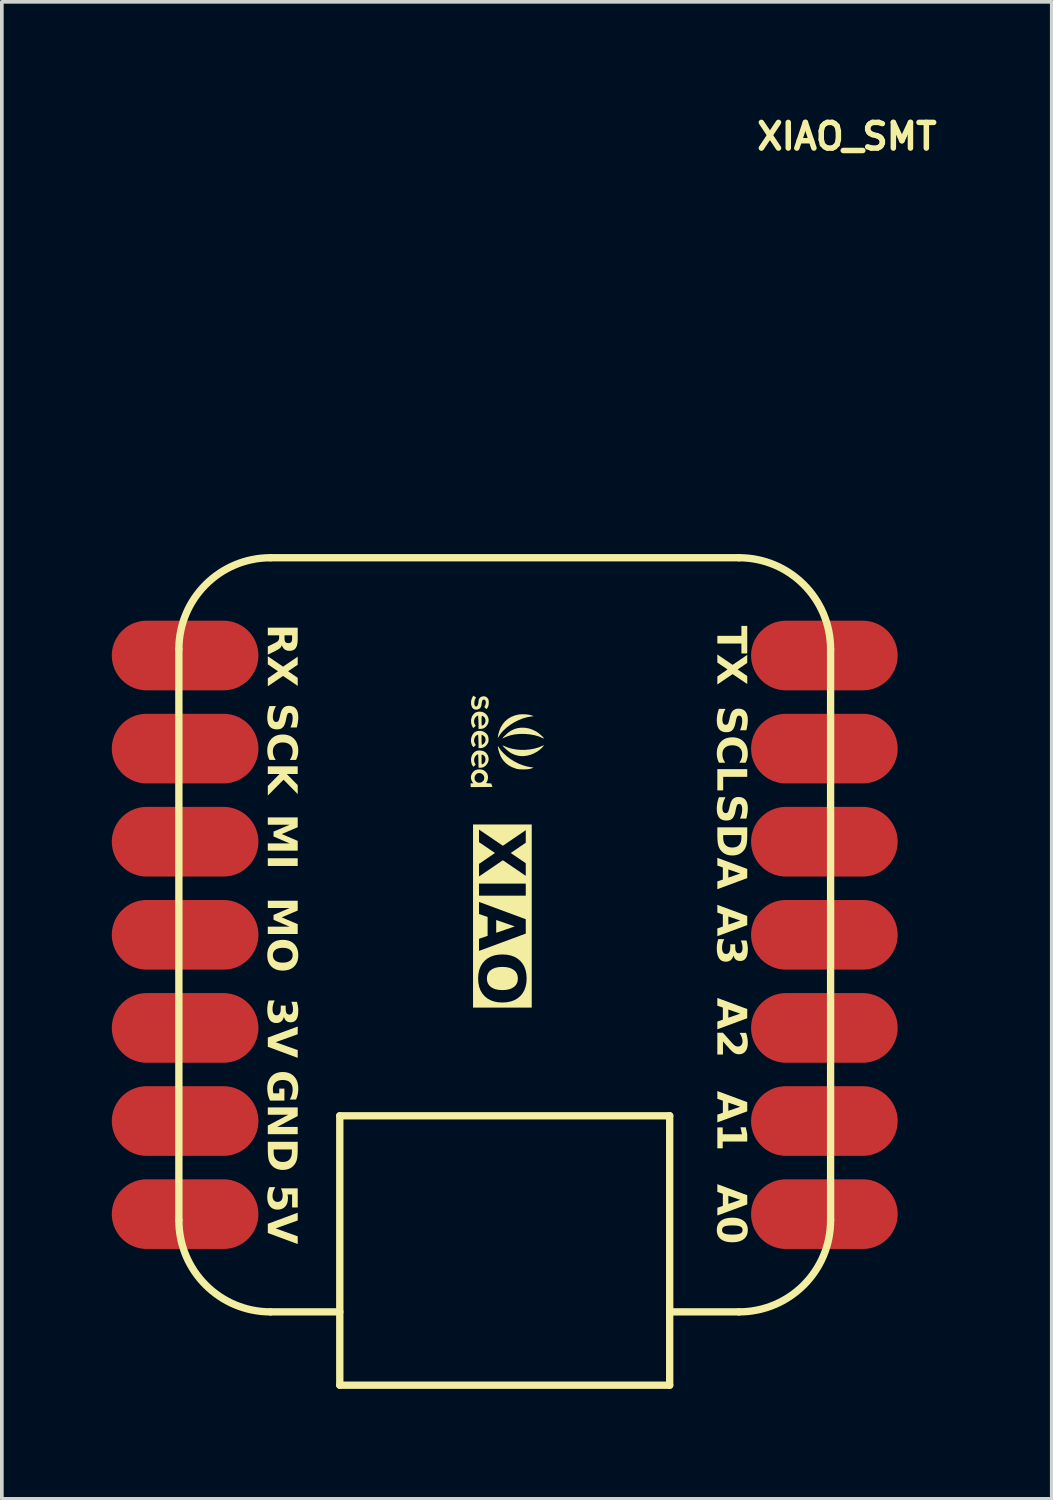
<source format=kicad_pcb>
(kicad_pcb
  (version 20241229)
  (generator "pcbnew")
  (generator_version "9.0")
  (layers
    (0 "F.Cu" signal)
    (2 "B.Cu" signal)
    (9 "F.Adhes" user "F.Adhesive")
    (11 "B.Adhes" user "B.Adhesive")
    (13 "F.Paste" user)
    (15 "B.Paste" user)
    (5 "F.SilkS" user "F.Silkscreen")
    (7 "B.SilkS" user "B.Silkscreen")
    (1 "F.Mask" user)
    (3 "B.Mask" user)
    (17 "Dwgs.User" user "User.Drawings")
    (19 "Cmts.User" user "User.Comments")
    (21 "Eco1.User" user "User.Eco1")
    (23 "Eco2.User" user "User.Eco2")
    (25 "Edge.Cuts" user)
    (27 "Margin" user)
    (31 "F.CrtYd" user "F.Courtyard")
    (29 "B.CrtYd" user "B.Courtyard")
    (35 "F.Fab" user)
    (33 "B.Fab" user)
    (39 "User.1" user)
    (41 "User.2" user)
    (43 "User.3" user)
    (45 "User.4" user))
  (footprint "XIAO_SMT"
    (layer "F.Cu")
    (at 10.72 22.453)
    (property "Reference" "XIAO_SMT" (at 9.335 -21.78 0) (layer "F.SilkS") (effects (font (size 0.7 0.7) (thickness 0.15))))
    (attr through_hole)
    (fp_line (start -8.89 7.787) (end -8.89 -7.787) (stroke (width 0.2) (type solid)) (layer "F.SilkS"))
    (fp_line (start -6.39 -10.287) (end 6.39 -10.287) (stroke (width 0.2) (type solid)) (layer "F.SilkS"))
    (fp_line (start -4.5 4.937) (end 4.5 4.937) (stroke (width 0.2) (type solid)) (layer "F.SilkS"))
    (fp_line (start -4.5 10.287) (end -6.39 10.287) (stroke (width 0.2) (type solid)) (layer "F.SilkS"))
    (fp_line (start -4.5 12.287) (end -4.5 4.937) (stroke (width 0.2) (type solid)) (layer "F.SilkS"))
    (fp_line (start 4.5 4.937) (end 4.5 12.287) (stroke (width 0.2) (type solid)) (layer "F.SilkS"))
    (fp_line (start 4.5 12.287) (end -4.5 12.287) (stroke (width 0.2) (type solid)) (layer "F.SilkS"))
    (fp_line (start 6.39 10.287) (end 4.5 10.287) (stroke (width 0.2) (type solid)) (layer "F.SilkS"))
    (fp_line (start 8.89 -7.787) (end 8.89 7.787) (stroke (width 0.2) (type solid)) (layer "F.SilkS"))
    (fp_arc (start -8.89 -7.787) (mid -8.157767 -9.554767) (end -6.39 -10.287) (stroke (width 0.2) (type solid)) (layer "F.SilkS"))
    (fp_arc (start -6.39 10.287) (mid -8.157767 9.554767) (end -8.89 7.787) (stroke (width 0.2) (type solid)) (layer "F.SilkS"))
    (fp_arc (start 6.39 -10.287) (mid 8.157767 -9.554767) (end 8.89 -7.787) (stroke (width 0.2) (type solid)) (layer "F.SilkS"))
    (fp_arc (start 8.89 7.787) (mid 8.157767 9.554767) (end 6.39 10.287) (stroke (width 0.2) (type solid)) (layer "F.SilkS"))
    (fp_poly (pts (xy 0.727 -5.957) (xy 0.613 -5.937) (xy 0.496 -5.904) (xy 0.379 -5.857) (xy 0.265 -5.8) (xy 0.156 -5.733) (xy 0.055 -5.658) (xy -0.033 -5.576) (xy -0.046 -5.563) (xy -0.082 -5.523) (xy -0.113 -5.484) (xy -0.144 -5.44) (xy -0.179 -5.386) (xy -0.187 -5.376) (xy -0.189 -5.379) (xy -0.189 -5.387) (xy -0.187 -5.404) (xy -0.183 -5.431) (xy -0.178 -5.458) (xy -0.148 -5.567) (xy -0.106 -5.666) (xy -0.052 -5.753) (xy 0.014 -5.83) (xy 0.091 -5.894) (xy 0.178 -5.946) (xy 0.275 -5.984) (xy 0.372 -6.008) (xy 0.433 -6.015) (xy 0.501 -6.017) (xy 0.571 -6.015) (xy 0.638 -6.008) (xy 0.699 -5.996) (xy 0.748 -5.981) (xy 0.756 -5.978) (xy 0.789 -5.963)) (stroke (width 0) (type solid)) (fill yes) (layer "F.SilkS"))
    (fp_poly (pts (xy 1.064 -5.163) (xy 1.053 -5.146) (xy 1.034 -5.124) (xy 1.012 -5.1) (xy 0.989 -5.076) (xy 0.976 -5.065) (xy 0.892 -5.002) (xy 0.8 -4.951) (xy 0.705 -4.912) (xy 0.607 -4.887) (xy 0.51 -4.875) (xy 0.415 -4.878) (xy 0.339 -4.892) (xy 0.264 -4.915) (xy 0.198 -4.944) (xy 0.135 -4.982) (xy 0.072 -5.031) (xy 0.02 -5.078) (xy -0.018 -5.115) (xy -0.043 -5.142) (xy -0.056 -5.158) (xy -0.058 -5.166) (xy -0.049 -5.165) (xy -0.028 -5.157) (xy -0.018 -5.151) (xy 0.085 -5.108) (xy 0.197 -5.076) (xy 0.317 -5.055) (xy 0.441 -5.045) (xy 0.566 -5.046) (xy 0.691 -5.058) (xy 0.812 -5.08) (xy 0.926 -5.114) (xy 1.014 -5.15) (xy 1.04 -5.162) (xy 1.059 -5.17) (xy 1.066 -5.172)) (stroke (width 0) (type solid)) (fill yes) (layer "F.SilkS"))
    (fp_poly (pts (xy 0.756 -4.55) (xy 0.718 -4.535) (xy 0.679 -4.525) (xy 0.637 -4.518) (xy 0.588 -4.514) (xy 0.526 -4.513) (xy 0.502 -4.513) (xy 0.45 -4.514) (xy 0.41 -4.515) (xy 0.379 -4.518) (xy 0.351 -4.522) (xy 0.324 -4.529) (xy 0.299 -4.536) (xy 0.2 -4.573) (xy 0.114 -4.618) (xy 0.039 -4.674) (xy -0.027 -4.742) (xy -0.074 -4.805) (xy -0.11 -4.871) (xy -0.142 -4.948) (xy -0.168 -5.03) (xy -0.177 -5.069) (xy -0.185 -5.11) (xy -0.189 -5.136) (xy -0.188 -5.147) (xy -0.182 -5.144) (xy -0.17 -5.128) (xy -0.16 -5.112) (xy -0.1 -5.026) (xy -0.024 -4.943) (xy 0.063 -4.864) (xy 0.16 -4.792) (xy 0.265 -4.728) (xy 0.375 -4.672) (xy 0.489 -4.627) (xy 0.604 -4.593) (xy 0.717 -4.572) (xy 0.735 -4.57) (xy 0.789 -4.564)) (stroke (width 0) (type solid)) (fill yes) (layer "F.SilkS"))
    (fp_poly (pts (xy 1.062 -5.357) (xy 1.044 -5.363) (xy 1.029 -5.37) (xy 0.927 -5.413) (xy 0.812 -5.446) (xy 0.685 -5.468) (xy 0.547 -5.48) (xy 0.523 -5.481) (xy 0.391 -5.479) (xy 0.271 -5.467) (xy 0.16 -5.444) (xy 0.056 -5.409) (xy -0.000345 -5.385) (xy -0.029 -5.371) (xy -0.052 -5.362) (xy -0.064 -5.359) (xy -0.065 -5.359) (xy -0.059 -5.367) (xy -0.044 -5.384) (xy -0.022 -5.408) (xy 0.004 -5.434) (xy 0.086 -5.509) (xy 0.17 -5.568) (xy 0.257 -5.61) (xy 0.348 -5.638) (xy 0.444 -5.65) (xy 0.481 -5.651) (xy 0.576 -5.646) (xy 0.665 -5.628) (xy 0.754 -5.598) (xy 0.844 -5.554) (xy 0.864 -5.543) (xy 0.892 -5.525) (xy 0.924 -5.5) (xy 0.959 -5.473) (xy 0.992 -5.443) (xy 1.023 -5.415) (xy 1.047 -5.39) (xy 1.064 -5.37) (xy 1.069 -5.359)) (stroke (width 0) (type solid)) (fill yes) (layer "F.SilkS"))
    (fp_poly (pts (xy -0.44 -6.273) (xy -0.454 -6.224) (xy -0.478 -6.18) (xy -0.486 -6.171) (xy -0.494 -6.162) (xy -0.502 -6.161) (xy -0.514 -6.17) (xy -0.528 -6.184) (xy -0.557 -6.212) (xy -0.536 -6.253) (xy -0.52 -6.299) (xy -0.516 -6.345) (xy -0.525 -6.385) (xy -0.528 -6.392) (xy -0.541 -6.41) (xy -0.558 -6.416) (xy -0.569 -6.417) (xy -0.59 -6.414) (xy -0.605 -6.403) (xy -0.616 -6.382) (xy -0.624 -6.349) (xy -0.63 -6.307) (xy -0.638 -6.255) (xy -0.65 -6.217) (xy -0.667 -6.19) (xy -0.692 -6.169) (xy -0.707 -6.16) (xy -0.747 -6.146) (xy -0.789 -6.143) (xy -0.829 -6.151) (xy -0.855 -6.164) (xy -0.885 -6.196) (xy -0.906 -6.239) (xy -0.918 -6.291) (xy -0.92 -6.348) (xy -0.913 -6.4) (xy -0.902 -6.435) (xy -0.887 -6.472) (xy -0.879 -6.486) (xy -0.856 -6.525) (xy -0.82 -6.5) (xy -0.783 -6.475) (xy -0.804 -6.437) (xy -0.821 -6.395) (xy -0.829 -6.346) (xy -0.83 -6.343) (xy -0.83 -6.296) (xy -0.822 -6.262) (xy -0.807 -6.24) (xy -0.794 -6.232) (xy -0.778 -6.227) (xy -0.764 -6.232) (xy -0.753 -6.241) (xy -0.737 -6.265) (xy -0.724 -6.301) (xy -0.717 -6.345) (xy -0.715 -6.376) (xy -0.708 -6.42) (xy -0.686 -6.458) (xy -0.654 -6.487) (xy -0.612 -6.504) (xy -0.576 -6.508) (xy -0.528 -6.501) (xy -0.49 -6.48) (xy -0.46 -6.445) (xy -0.457 -6.441) (xy -0.446 -6.419) (xy -0.44 -6.398) (xy -0.437 -6.371) (xy -0.436 -6.333) (xy -0.436 -6.333)) (stroke (width 0) (type solid)) (fill yes) (layer "F.SilkS"))
    (fp_poly (pts (xy -0.343 -4.036) (xy -0.366 -4.035) (xy -0.402 -4.035) (xy -0.449 -4.034) (xy -0.505 -4.033) (xy -0.569 -4.033) (xy -0.632 -4.032) (xy -0.928 -4.03) (xy -0.93 -4.082) (xy -0.933 -4.133) (xy -0.894 -4.133) (xy -0.855 -4.133) (xy -0.877 -4.159) (xy -0.895 -4.188) (xy -0.91 -4.226) (xy -0.921 -4.266) (xy -0.924 -4.296) (xy -0.916 -4.35) (xy -0.894 -4.402) (xy -0.86 -4.448) (xy -0.817 -4.483) (xy -0.801 -4.492) (xy -0.757 -4.506) (xy -0.709 -4.512) (xy -0.709 -4.414) (xy -0.747 -4.404) (xy -0.765 -4.393) (xy -0.797 -4.361) (xy -0.817 -4.321) (xy -0.825 -4.278) (xy -0.819 -4.235) (xy -0.807 -4.211) (xy -0.778 -4.177) (xy -0.744 -4.156) (xy -0.706 -4.148) (xy -0.667 -4.151) (xy -0.63 -4.164) (xy -0.599 -4.186) (xy -0.574 -4.217) (xy -0.56 -4.256) (xy -0.559 -4.3) (xy -0.559 -4.301) (xy -0.572 -4.341) (xy -0.597 -4.373) (xy -0.63 -4.398) (xy -0.668 -4.412) (xy -0.709 -4.414) (xy -0.709 -4.512) (xy -0.705 -4.513) (xy -0.652 -4.511) (xy -0.603 -4.501) (xy -0.58 -4.492) (xy -0.541 -4.468) (xy -0.507 -4.434) (xy -0.479 -4.397) (xy -0.467 -4.368) (xy -0.457 -4.314) (xy -0.459 -4.258) (xy -0.472 -4.206) (xy -0.477 -4.195) (xy -0.49 -4.17) (xy -0.502 -4.151) (xy -0.508 -4.145) (xy -0.506 -4.141) (xy -0.489 -4.137) (xy -0.458 -4.134) (xy -0.446 -4.133) (xy -0.372 -4.129) (xy -0.352 -4.083) (xy -0.342 -4.059) (xy -0.336 -4.042) (xy -0.335 -4.036)) (stroke (width 0) (type solid)) (fill yes) (layer "F.SilkS"))
    (fp_poly (pts (xy -0.449 -5.256) (xy -0.455 -5.24) (xy -0.486 -5.186) (xy -0.528 -5.143) (xy -0.578 -5.112) (xy -0.633 -5.095) (xy -0.667 -5.092) (xy -0.715 -5.092) (xy -0.715 -5.194) (xy -0.716 -5.242) (xy -0.717 -5.291) (xy -0.719 -5.339) (xy -0.721 -5.383) (xy -0.724 -5.419) (xy -0.726 -5.445) (xy -0.729 -5.457) (xy -0.729 -5.458) (xy -0.739 -5.458) (xy -0.756 -5.449) (xy -0.777 -5.435) (xy -0.795 -5.419) (xy -0.806 -5.405) (xy -0.83 -5.352) (xy -0.838 -5.301) (xy -0.83 -5.252) (xy -0.81 -5.212) (xy -0.789 -5.181) (xy -0.82 -5.149) (xy -0.84 -5.13) (xy -0.853 -5.123) (xy -0.862 -5.126) (xy -0.863 -5.127) (xy -0.879 -5.147) (xy -0.895 -5.179) (xy -0.909 -5.218) (xy -0.914 -5.24) (xy -0.921 -5.277) (xy -0.922 -5.308) (xy -0.919 -5.341) (xy -0.912 -5.375) (xy -0.896 -5.425) (xy -0.872 -5.471) (xy -0.843 -5.508) (xy -0.829 -5.52) (xy -0.779 -5.549) (xy -0.723 -5.564) (xy -0.665 -5.565) (xy -0.632 -5.559) (xy -0.632 -5.458) (xy -0.632 -5.321) (xy -0.631 -5.264) (xy -0.63 -5.223) (xy -0.628 -5.197) (xy -0.624 -5.185) (xy -0.622 -5.183) (xy -0.602 -5.19) (xy -0.578 -5.207) (xy -0.555 -5.23) (xy -0.541 -5.253) (xy -0.525 -5.301) (xy -0.524 -5.347) (xy -0.538 -5.388) (xy -0.565 -5.422) (xy -0.605 -5.447) (xy -0.611 -5.45) (xy -0.632 -5.458) (xy -0.632 -5.559) (xy -0.608 -5.554) (xy -0.555 -5.532) (xy -0.509 -5.498) (xy -0.472 -5.454) (xy -0.463 -5.438) (xy -0.449 -5.398) (xy -0.442 -5.35) (xy -0.442 -5.3)) (stroke (width 0) (type solid)) (fill yes) (layer "F.SilkS"))
    (fp_poly (pts (xy -0.448 -4.73) (xy -0.472 -4.676) (xy -0.509 -4.627) (xy -0.519 -4.618) (xy -0.557 -4.587) (xy -0.594 -4.568) (xy -0.635 -4.56) (xy -0.665 -4.558) (xy -0.715 -4.558) (xy -0.717 -4.681) (xy -0.717 -4.726) (xy -0.718 -4.765) (xy -0.719 -4.795) (xy -0.72 -4.813) (xy -0.72 -4.817) (xy -0.721 -4.831) (xy -0.722 -4.857) (xy -0.723 -4.878) (xy -0.724 -4.905) (xy -0.726 -4.918) (xy -0.732 -4.922) (xy -0.742 -4.92) (xy -0.772 -4.904) (xy -0.8 -4.875) (xy -0.821 -4.838) (xy -0.829 -4.817) (xy -0.837 -4.766) (xy -0.83 -4.716) (xy -0.81 -4.671) (xy -0.807 -4.667) (xy -0.791 -4.644) (xy -0.824 -4.612) (xy -0.842 -4.595) (xy -0.854 -4.588) (xy -0.864 -4.59) (xy -0.874 -4.605) (xy -0.888 -4.632) (xy -0.895 -4.646) (xy -0.91 -4.69) (xy -0.918 -4.742) (xy -0.92 -4.794) (xy -0.915 -4.83) (xy -0.896 -4.894) (xy -0.866 -4.946) (xy -0.825 -4.986) (xy -0.796 -5.005) (xy -0.771 -5.018) (xy -0.749 -5.025) (xy -0.722 -5.028) (xy -0.686 -5.029) (xy -0.686 -5.029) (xy -0.632 -5.024) (xy -0.632 -4.918) (xy -0.632 -4.784) (xy -0.632 -4.734) (xy -0.631 -4.697) (xy -0.63 -4.673) (xy -0.627 -4.659) (xy -0.624 -4.652) (xy -0.619 -4.65) (xy -0.619 -4.65) (xy -0.597 -4.657) (xy -0.573 -4.675) (xy -0.551 -4.7) (xy -0.539 -4.72) (xy -0.526 -4.764) (xy -0.526 -4.808) (xy -0.537 -4.849) (xy -0.558 -4.882) (xy -0.589 -4.905) (xy -0.609 -4.913) (xy -0.632 -4.918) (xy -0.632 -5.024) (xy -0.622 -5.023) (xy -0.568 -5.006) (xy -0.522 -4.976) (xy -0.499 -4.952) (xy -0.464 -4.902) (xy -0.445 -4.846) (xy -0.439 -4.788)) (stroke (width 0) (type solid)) (fill yes) (layer "F.SilkS"))
    (fp_poly (pts (xy -0.453 -5.771) (xy -0.479 -5.719) (xy -0.512 -5.679) (xy -0.556 -5.644) (xy -0.603 -5.624) (xy -0.658 -5.617) (xy -0.663 -5.617) (xy -0.715 -5.617) (xy -0.715 -5.719) (xy -0.716 -5.762) (xy -0.717 -5.808) (xy -0.719 -5.855) (xy -0.721 -5.898) (xy -0.723 -5.936) (xy -0.725 -5.964) (xy -0.727 -5.98) (xy -0.728 -5.982) (xy -0.736 -5.98) (xy -0.753 -5.973) (xy -0.755 -5.972) (xy -0.79 -5.945) (xy -0.817 -5.907) (xy -0.834 -5.862) (xy -0.838 -5.815) (xy -0.832 -5.781) (xy -0.822 -5.753) (xy -0.809 -5.729) (xy -0.806 -5.724) (xy -0.791 -5.703) (xy -0.824 -5.67) (xy -0.842 -5.654) (xy -0.854 -5.646) (xy -0.864 -5.649) (xy -0.874 -5.663) (xy -0.888 -5.691) (xy -0.895 -5.704) (xy -0.91 -5.749) (xy -0.918 -5.801) (xy -0.92 -5.854) (xy -0.915 -5.889) (xy -0.894 -5.955) (xy -0.861 -6.008) (xy -0.816 -6.051) (xy -0.787 -6.069) (xy -0.745 -6.083) (xy -0.694 -6.089) (xy -0.641 -6.085) (xy -0.614 -6.078) (xy -0.614 -5.973) (xy -0.622 -5.971) (xy -0.627 -5.96) (xy -0.63 -5.939) (xy -0.632 -5.905) (xy -0.632 -5.856) (xy -0.632 -5.842) (xy -0.632 -5.792) (xy -0.631 -5.756) (xy -0.63 -5.732) (xy -0.628 -5.718) (xy -0.624 -5.711) (xy -0.619 -5.708) (xy -0.616 -5.708) (xy -0.594 -5.715) (xy -0.57 -5.735) (xy -0.548 -5.762) (xy -0.539 -5.778) (xy -0.525 -5.826) (xy -0.526 -5.871) (xy -0.54 -5.912) (xy -0.567 -5.946) (xy -0.584 -5.958) (xy -0.601 -5.968) (xy -0.614 -5.973) (xy -0.614 -6.078) (xy -0.59 -6.072) (xy -0.572 -6.064) (xy -0.521 -6.031) (xy -0.482 -5.988) (xy -0.455 -5.938) (xy -0.441 -5.883) (xy -0.44 -5.827)) (stroke (width 0) (type solid)) (fill yes) (layer "F.SilkS"))
    (fp_text user "MI" (at -6.6 -2.54 270) (unlocked yes) (layer "F.SilkS") (effects (font (face "Space Grotesk") (size 0.8 0.8) (thickness 0.16) (bold yes)) (justify bottom)))
    (fp_text user "SDA" (at 6.6 -2.54 270) (unlocked yes) (layer "F.SilkS") (effects (font (face "Space Grotesk") (size 0.8 0.8) (thickness 0.16) (bold yes)) (justify top)))
    (fp_text user "A1" (at 6.6 5.08 270) (unlocked yes) (layer "F.SilkS") (effects (font (face "Space Grotesk") (size 0.8 0.8) (thickness 0.16) (bold yes)) (justify top)))
    (fp_text user "3V" (at -6.6 2.54 270) (unlocked yes) (layer "F.SilkS") (effects (font (face "Space Grotesk") (size 0.8 0.8) (thickness 0.16) (bold yes)) (justify bottom)))
    (fp_text user "SCL" (at 6.6 -5.08 270) (unlocked yes) (layer "F.SilkS") (effects (font (face "Space Grotesk") (size 0.8 0.8) (thickness 0.16) (bold yes)) (justify top)))
    (fp_text user "TX" (at 6.6 -7.62 270) (unlocked yes) (layer "F.SilkS") (effects (font (face "Space Grotesk") (size 0.8 0.8) (thickness 0.16) (bold yes)) (justify top)))
    (fp_text user "RX" (at -6.6 -7.62 270) (unlocked yes) (layer "F.SilkS") (effects (font (face "Space Grotesk") (size 0.8 0.8) (thickness 0.16) (bold yes)) (justify bottom)))
    (fp_text user "A0" (at 6.6 7.62 270) (unlocked yes) (layer "F.SilkS") (effects (font (face "Space Grotesk") (size 0.8 0.8) (thickness 0.16) (bold yes)) (justify top)))
    (fp_text user "MO" (at -6.6 0 270) (unlocked yes) (layer "F.SilkS") (effects (font (face "Space Grotesk") (size 0.8 0.8) (thickness 0.16) (bold yes)) (justify bottom)))
    (fp_text user "SCK" (at -6.6 -5.08 270) (unlocked yes) (layer "F.SilkS") (effects (font (face "Space Grotesk") (size 0.8 0.8) (thickness 0.16) (bold yes)) (justify bottom)))
    (fp_text user "5V" (at -6.6 7.62 270) (unlocked yes) (layer "F.SilkS") (effects (font (face "Space Grotesk") (size 0.8 0.8) (thickness 0.16) (bold yes)) (justify bottom)))
    (fp_text user "XIAO" (at -0.183 -2.905 270) (unlocked yes) (layer "F.SilkS" knockout) (effects (font (face "Space Grotesk") (size 1.25 1.25) (thickness 0.25) (bold yes)) (justify left)))
    (fp_text user "A3" (at 6.6 0 270) (unlocked yes) (layer "F.SilkS") (effects (font (face "Space Grotesk") (size 0.8 0.8) (thickness 0.16) (bold yes)) (justify top)))
    (fp_text user "A2" (at 6.6 2.54 270) (unlocked yes) (layer "F.SilkS") (effects (font (face "Space Grotesk") (size 0.8 0.8) (thickness 0.16) (bold yes)) (justify top)))
    (fp_text user "GND" (at -6.6 5.08 270) (unlocked yes) (layer "F.SilkS") (effects (font (face "Space Grotesk") (size 0.8 0.8) (thickness 0.16) (bold yes)) (justify bottom)))
    (pad "1" smd oval (at 7.62 7.62 90) (size 1.9 4) (drill (offset 0 1.1)) (layers "F.Cu" "F.Mask"))
    (pad "2" smd oval (at 7.62 5.08 90) (size 1.9 4) (drill (offset 0 1.1)) (layers "F.Cu" "F.Mask"))
    (pad "3" smd oval (at 7.62 2.54 90) (size 1.9 4) (drill (offset 0 1.1)) (layers "F.Cu" "F.Mask"))
    (pad "4" smd oval (at 7.62 0 90) (size 1.9 4) (drill (offset 0 1.1)) (layers "F.Cu" "F.Mask"))
    (pad "5" smd oval (at 7.62 -2.54 90) (size 1.9 4) (drill (offset 0 1.1)) (layers "F.Cu" "F.Mask"))
    (pad "6" smd oval (at 7.62 -5.08 90) (size 1.9 4) (drill (offset 0 1.1)) (layers "F.Cu" "F.Mask"))
    (pad "7" smd oval (at 7.62 -7.62 90) (size 1.9 4) (drill (offset 0 1.1)) (layers "F.Cu" "F.Mask"))
    (pad "8" smd oval (at -7.62 -7.62 270) (size 1.9 4) (drill (offset 0 1.1)) (layers "F.Cu" "F.Mask"))
    (pad "9" smd oval (at -7.62 -5.08 270) (size 1.9 4) (drill (offset 0 1.1)) (layers "F.Cu" "F.Mask"))
    (pad "10" smd oval (at -7.62 -2.54 270) (size 1.9 4) (drill (offset 0 1.1)) (layers "F.Cu" "F.Mask"))
    (pad "11" smd oval (at -7.62 0 270) (size 1.9 4) (drill (offset 0 1.1)) (layers "F.Cu" "F.Mask"))
    (pad "12" smd oval (at -7.62 2.54 270) (size 1.9 4) (drill (offset 0 1.1)) (layers "F.Cu" "F.Mask"))
    (pad "13" smd oval (at -7.62 5.08 270) (size 1.9 4) (drill (offset 0 1.1)) (layers "F.Cu" "F.Mask"))
    (pad "14" smd oval (at -7.62 7.62 270) (size 1.9 4) (drill (offset 0 1.1)) (layers "F.Cu" "F.Mask")))
  (gr_rect
    (start -3 -3)
    (end 25.643 37.84)
    (stroke (width 0.1) (type default))
    (fill no)
    (layer "Edge.Cuts")))
</source>
